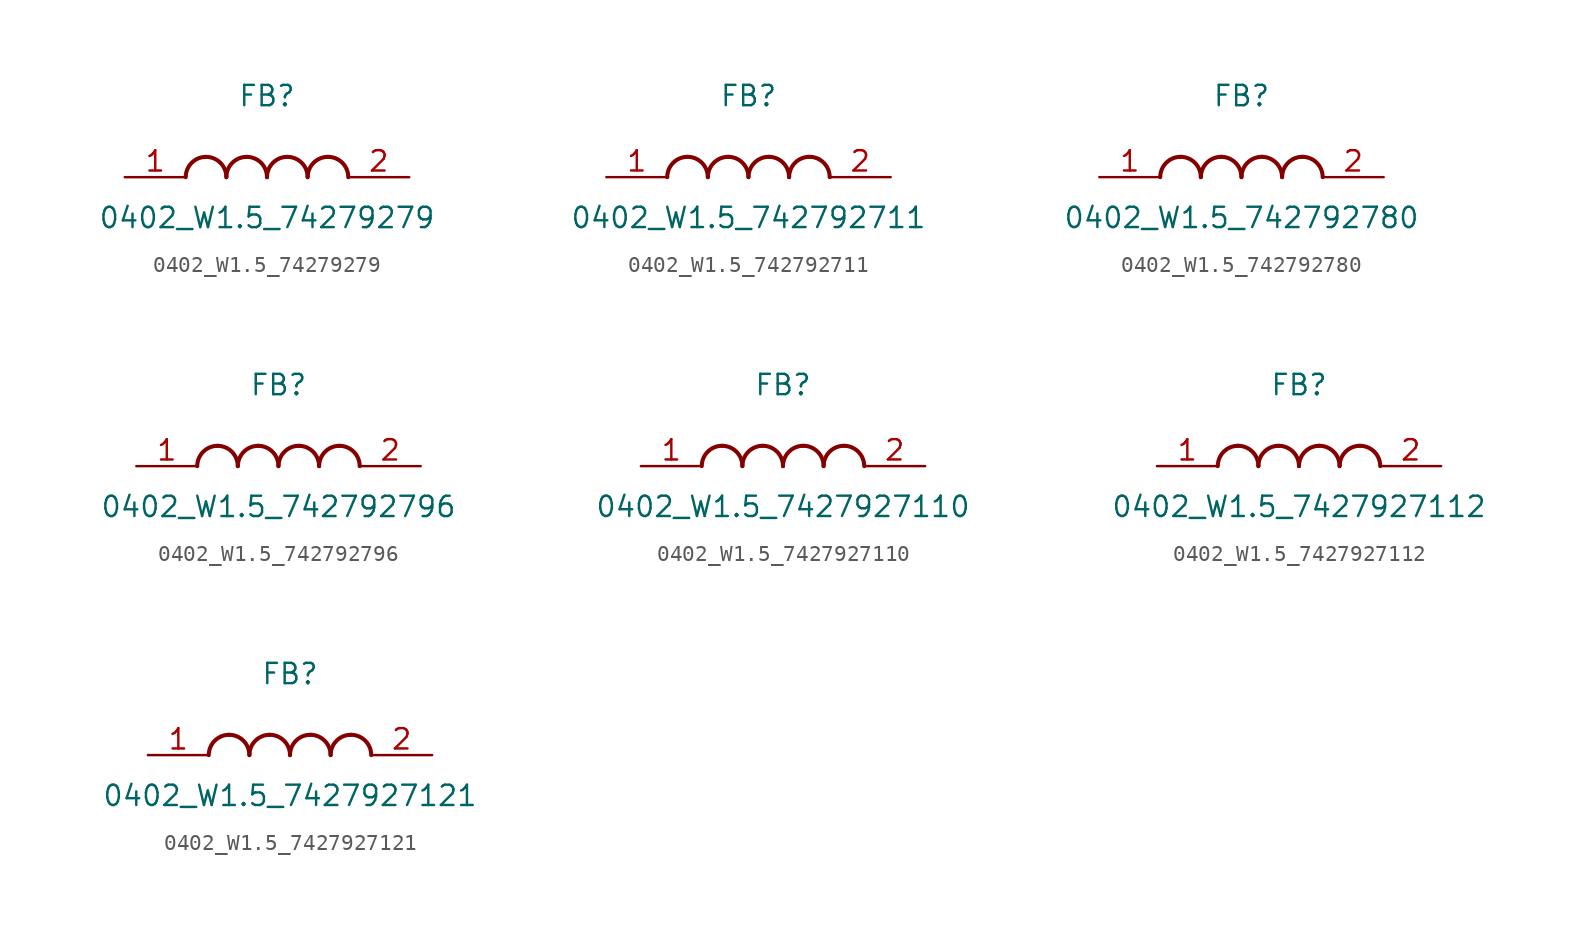
<source format=kicad_sym>
(kicad_symbol_lib
  (version 20211014)
  (generator kicad_symbol_editor)
  (symbol "Ferrite_Wurth_WE-CBF:0402_W1.5_74279279"
    (pin_names hide)
    (property "Reference" "FB"
      (at 0 5.08 0)
      (effects (font (size 1.27 1.27))))
    (property "Value" "0402_W1.5_74279279"
      (at 0 -2.54 0)
      (effects (font (size 1.27 1.27))))
    (symbol "0402_W1.5_74279279_0_1"
      (arc (start -3.81 1.27) (mid -4.708 0.898) (end -5.08 0) (stroke (width 0.254) (type default)) (fill (type none)))
      (arc (start -2.54 0) (mid -2.912 0.898) (end -3.81 1.27) (stroke (width 0.254) (type default)) (fill (type none)))
      (arc (start -1.2699 1.2701) (mid -2.1679 0.8981) (end -2.5399 0.0001) (stroke (width 0.254) (type default)) (fill (type none)))
      (arc (start 0.0001 0.0001) (mid -0.3719 0.8981) (end -1.2699 1.2701) (stroke (width 0.254) (type default)) (fill (type none)))
      (arc (start 1.2701 1.2701) (mid 0.3721 0.8981) (end 0.0001 0.0001) (stroke (width 0.254) (type default)) (fill (type none)))
      (arc (start 2.5401 0.0001) (mid 2.1681 0.8981) (end 1.2701 1.2701) (stroke (width 0.254) (type default)) (fill (type none)))
      (arc (start 3.8101 1.2701) (mid 2.9121 0.8981) (end 2.5401 0.0001) (stroke (width 0.254) (type default)) (fill (type none)))
      (arc (start 5.0801 0.0001) (mid 4.7081 0.8981) (end 3.8101 1.2701) (stroke (width 0.254) (type default)) (fill (type none))))
    (symbol "0402_W1.5_74279279_1_1"
      (pin passive line (at -8.89 0 0) (length 3.81) (name "1" (effects (font (size 1.27 1.27)))) (number "1" (effects (font (size 1.27 1.27)))))
      (pin passive line (at 8.89 0 180) (length 3.81) (name "2" (effects (font (size 1.27 1.27)))) (number "2" (effects (font (size 1.27 1.27)))))))
  (symbol "Ferrite_Wurth_WE-CBF:0402_W1.5_742792711"
    (pin_names hide)
    (property "Reference" "FB"
      (at 0 5.08 0)
      (effects (font (size 1.27 1.27))))
    (property "Value" "0402_W1.5_742792711"
      (at 0 -2.54 0)
      (effects (font (size 1.27 1.27))))
    (symbol "0402_W1.5_742792711_0_1"
      (arc (start -3.81 1.27) (mid -4.708 0.898) (end -5.08 0) (stroke (width 0.254) (type default)) (fill (type none)))
      (arc (start -2.54 0) (mid -2.912 0.898) (end -3.81 1.27) (stroke (width 0.254) (type default)) (fill (type none)))
      (arc (start -1.2699 1.2701) (mid -2.1679 0.8981) (end -2.5399 0.0001) (stroke (width 0.254) (type default)) (fill (type none)))
      (arc (start 0.0001 0.0001) (mid -0.3719 0.8981) (end -1.2699 1.2701) (stroke (width 0.254) (type default)) (fill (type none)))
      (arc (start 1.2701 1.2701) (mid 0.3721 0.8981) (end 0.0001 0.0001) (stroke (width 0.254) (type default)) (fill (type none)))
      (arc (start 2.5401 0.0001) (mid 2.1681 0.8981) (end 1.2701 1.2701) (stroke (width 0.254) (type default)) (fill (type none)))
      (arc (start 3.8101 1.2701) (mid 2.9121 0.8981) (end 2.5401 0.0001) (stroke (width 0.254) (type default)) (fill (type none)))
      (arc (start 5.0801 0.0001) (mid 4.7081 0.8981) (end 3.8101 1.2701) (stroke (width 0.254) (type default)) (fill (type none))))
    (symbol "0402_W1.5_742792711_1_1"
      (pin passive line (at -8.89 0 0) (length 3.81) (name "1" (effects (font (size 1.27 1.27)))) (number "1" (effects (font (size 1.27 1.27)))))
      (pin passive line (at 8.89 0 180) (length 3.81) (name "2" (effects (font (size 1.27 1.27)))) (number "2" (effects (font (size 1.27 1.27)))))))
  (symbol "Ferrite_Wurth_WE-CBF:0402_W1.5_742792780"
    (pin_names hide)
    (property "Reference" "FB"
      (at 0 5.08 0)
      (effects (font (size 1.27 1.27))))
    (property "Value" "0402_W1.5_742792780"
      (at 0 -2.54 0)
      (effects (font (size 1.27 1.27))))
    (symbol "0402_W1.5_742792780_0_1"
      (arc (start -3.81 1.27) (mid -4.708 0.898) (end -5.08 0) (stroke (width 0.254) (type default)) (fill (type none)))
      (arc (start -2.54 0) (mid -2.912 0.898) (end -3.81 1.27) (stroke (width 0.254) (type default)) (fill (type none)))
      (arc (start -1.2699 1.2701) (mid -2.1679 0.8981) (end -2.5399 0.0001) (stroke (width 0.254) (type default)) (fill (type none)))
      (arc (start 0.0001 0.0001) (mid -0.3719 0.8981) (end -1.2699 1.2701) (stroke (width 0.254) (type default)) (fill (type none)))
      (arc (start 1.2701 1.2701) (mid 0.3721 0.8981) (end 0.0001 0.0001) (stroke (width 0.254) (type default)) (fill (type none)))
      (arc (start 2.5401 0.0001) (mid 2.1681 0.8981) (end 1.2701 1.2701) (stroke (width 0.254) (type default)) (fill (type none)))
      (arc (start 3.8101 1.2701) (mid 2.9121 0.8981) (end 2.5401 0.0001) (stroke (width 0.254) (type default)) (fill (type none)))
      (arc (start 5.0801 0.0001) (mid 4.7081 0.8981) (end 3.8101 1.2701) (stroke (width 0.254) (type default)) (fill (type none))))
    (symbol "0402_W1.5_742792780_1_1"
      (pin passive line (at -8.89 0 0) (length 3.81) (name "1" (effects (font (size 1.27 1.27)))) (number "1" (effects (font (size 1.27 1.27)))))
      (pin passive line (at 8.89 0 180) (length 3.81) (name "2" (effects (font (size 1.27 1.27)))) (number "2" (effects (font (size 1.27 1.27)))))))
  (symbol "Ferrite_Wurth_WE-CBF:0402_W1.5_742792796"
    (pin_names hide)
    (property "Reference" "FB"
      (at 0 5.08 0)
      (effects (font (size 1.27 1.27))))
    (property "Value" "0402_W1.5_742792796"
      (at 0 -2.54 0)
      (effects (font (size 1.27 1.27))))
    (symbol "0402_W1.5_742792796_0_1"
      (arc (start -3.81 1.27) (mid -4.708 0.898) (end -5.08 0) (stroke (width 0.254) (type default)) (fill (type none)))
      (arc (start -2.54 0) (mid -2.912 0.898) (end -3.81 1.27) (stroke (width 0.254) (type default)) (fill (type none)))
      (arc (start -1.2699 1.2701) (mid -2.1679 0.8981) (end -2.5399 0.0001) (stroke (width 0.254) (type default)) (fill (type none)))
      (arc (start 0.0001 0.0001) (mid -0.3719 0.8981) (end -1.2699 1.2701) (stroke (width 0.254) (type default)) (fill (type none)))
      (arc (start 1.2701 1.2701) (mid 0.3721 0.8981) (end 0.0001 0.0001) (stroke (width 0.254) (type default)) (fill (type none)))
      (arc (start 2.5401 0.0001) (mid 2.1681 0.8981) (end 1.2701 1.2701) (stroke (width 0.254) (type default)) (fill (type none)))
      (arc (start 3.8101 1.2701) (mid 2.9121 0.8981) (end 2.5401 0.0001) (stroke (width 0.254) (type default)) (fill (type none)))
      (arc (start 5.0801 0.0001) (mid 4.7081 0.8981) (end 3.8101 1.2701) (stroke (width 0.254) (type default)) (fill (type none))))
    (symbol "0402_W1.5_742792796_1_1"
      (pin passive line (at -8.89 0 0) (length 3.81) (name "1" (effects (font (size 1.27 1.27)))) (number "1" (effects (font (size 1.27 1.27)))))
      (pin passive line (at 8.89 0 180) (length 3.81) (name "2" (effects (font (size 1.27 1.27)))) (number "2" (effects (font (size 1.27 1.27)))))))
  (symbol "Ferrite_Wurth_WE-CBF:0402_W1.5_7427927110"
    (pin_names hide)
    (property "Reference" "FB"
      (at 0 5.08 0)
      (effects (font (size 1.27 1.27))))
    (property "Value" "0402_W1.5_7427927110"
      (at 0 -2.54 0)
      (effects (font (size 1.27 1.27))))
    (symbol "0402_W1.5_7427927110_0_1"
      (arc (start -3.81 1.27) (mid -4.708 0.898) (end -5.08 0) (stroke (width 0.254) (type default)) (fill (type none)))
      (arc (start -2.54 0) (mid -2.912 0.898) (end -3.81 1.27) (stroke (width 0.254) (type default)) (fill (type none)))
      (arc (start -1.2699 1.2701) (mid -2.1679 0.8981) (end -2.5399 0.0001) (stroke (width 0.254) (type default)) (fill (type none)))
      (arc (start 0.0001 0.0001) (mid -0.3719 0.8981) (end -1.2699 1.2701) (stroke (width 0.254) (type default)) (fill (type none)))
      (arc (start 1.2701 1.2701) (mid 0.3721 0.8981) (end 0.0001 0.0001) (stroke (width 0.254) (type default)) (fill (type none)))
      (arc (start 2.5401 0.0001) (mid 2.1681 0.8981) (end 1.2701 1.2701) (stroke (width 0.254) (type default)) (fill (type none)))
      (arc (start 3.8101 1.2701) (mid 2.9121 0.8981) (end 2.5401 0.0001) (stroke (width 0.254) (type default)) (fill (type none)))
      (arc (start 5.0801 0.0001) (mid 4.7081 0.8981) (end 3.8101 1.2701) (stroke (width 0.254) (type default)) (fill (type none))))
    (symbol "0402_W1.5_7427927110_1_1"
      (pin passive line (at -8.89 0 0) (length 3.81) (name "1" (effects (font (size 1.27 1.27)))) (number "1" (effects (font (size 1.27 1.27)))))
      (pin passive line (at 8.89 0 180) (length 3.81) (name "2" (effects (font (size 1.27 1.27)))) (number "2" (effects (font (size 1.27 1.27)))))))
  (symbol "Ferrite_Wurth_WE-CBF:0402_W1.5_7427927112"
    (pin_names hide)
    (property "Reference" "FB"
      (at 0 5.08 0)
      (effects (font (size 1.27 1.27))))
    (property "Value" "0402_W1.5_7427927112"
      (at 0 -2.54 0)
      (effects (font (size 1.27 1.27))))
    (symbol "0402_W1.5_7427927112_0_1"
      (arc (start -3.81 1.27) (mid -4.708 0.898) (end -5.08 0) (stroke (width 0.254) (type default)) (fill (type none)))
      (arc (start -2.54 0) (mid -2.912 0.898) (end -3.81 1.27) (stroke (width 0.254) (type default)) (fill (type none)))
      (arc (start -1.2699 1.2701) (mid -2.1679 0.8981) (end -2.5399 0.0001) (stroke (width 0.254) (type default)) (fill (type none)))
      (arc (start 0.0001 0.0001) (mid -0.3719 0.8981) (end -1.2699 1.2701) (stroke (width 0.254) (type default)) (fill (type none)))
      (arc (start 1.2701 1.2701) (mid 0.3721 0.8981) (end 0.0001 0.0001) (stroke (width 0.254) (type default)) (fill (type none)))
      (arc (start 2.5401 0.0001) (mid 2.1681 0.8981) (end 1.2701 1.2701) (stroke (width 0.254) (type default)) (fill (type none)))
      (arc (start 3.8101 1.2701) (mid 2.9121 0.8981) (end 2.5401 0.0001) (stroke (width 0.254) (type default)) (fill (type none)))
      (arc (start 5.0801 0.0001) (mid 4.7081 0.8981) (end 3.8101 1.2701) (stroke (width 0.254) (type default)) (fill (type none))))
    (symbol "0402_W1.5_7427927112_1_1"
      (pin passive line (at -8.89 0 0) (length 3.81) (name "1" (effects (font (size 1.27 1.27)))) (number "1" (effects (font (size 1.27 1.27)))))
      (pin passive line (at 8.89 0 180) (length 3.81) (name "2" (effects (font (size 1.27 1.27)))) (number "2" (effects (font (size 1.27 1.27)))))))
  (symbol "Ferrite_Wurth_WE-CBF:0402_W1.5_7427927121"
    (pin_names hide)
    (property "Reference" "FB"
      (at 0 5.08 0)
      (effects (font (size 1.27 1.27))))
    (property "Value" "0402_W1.5_7427927121"
      (at 0 -2.54 0)
      (effects (font (size 1.27 1.27))))
    (symbol "0402_W1.5_7427927121_0_1"
      (arc (start -3.81 1.27) (mid -4.708 0.898) (end -5.08 0) (stroke (width 0.254) (type default)) (fill (type none)))
      (arc (start -2.54 0) (mid -2.912 0.898) (end -3.81 1.27) (stroke (width 0.254) (type default)) (fill (type none)))
      (arc (start -1.2699 1.2701) (mid -2.1679 0.8981) (end -2.5399 0.0001) (stroke (width 0.254) (type default)) (fill (type none)))
      (arc (start 0.0001 0.0001) (mid -0.3719 0.8981) (end -1.2699 1.2701) (stroke (width 0.254) (type default)) (fill (type none)))
      (arc (start 1.2701 1.2701) (mid 0.3721 0.8981) (end 0.0001 0.0001) (stroke (width 0.254) (type default)) (fill (type none)))
      (arc (start 2.5401 0.0001) (mid 2.1681 0.8981) (end 1.2701 1.2701) (stroke (width 0.254) (type default)) (fill (type none)))
      (arc (start 3.8101 1.2701) (mid 2.9121 0.8981) (end 2.5401 0.0001) (stroke (width 0.254) (type default)) (fill (type none)))
      (arc (start 5.0801 0.0001) (mid 4.7081 0.8981) (end 3.8101 1.2701) (stroke (width 0.254) (type default)) (fill (type none))))
    (symbol "0402_W1.5_7427927121_1_1"
      (pin passive line (at -8.89 0 0) (length 3.81) (name "1" (effects (font (size 1.27 1.27)))) (number "1" (effects (font (size 1.27 1.27)))))
      (pin passive line (at 8.89 0 180) (length 3.81) (name "2" (effects (font (size 1.27 1.27)))) (number "2" (effects (font (size 1.27 1.27))))))))
</source>
